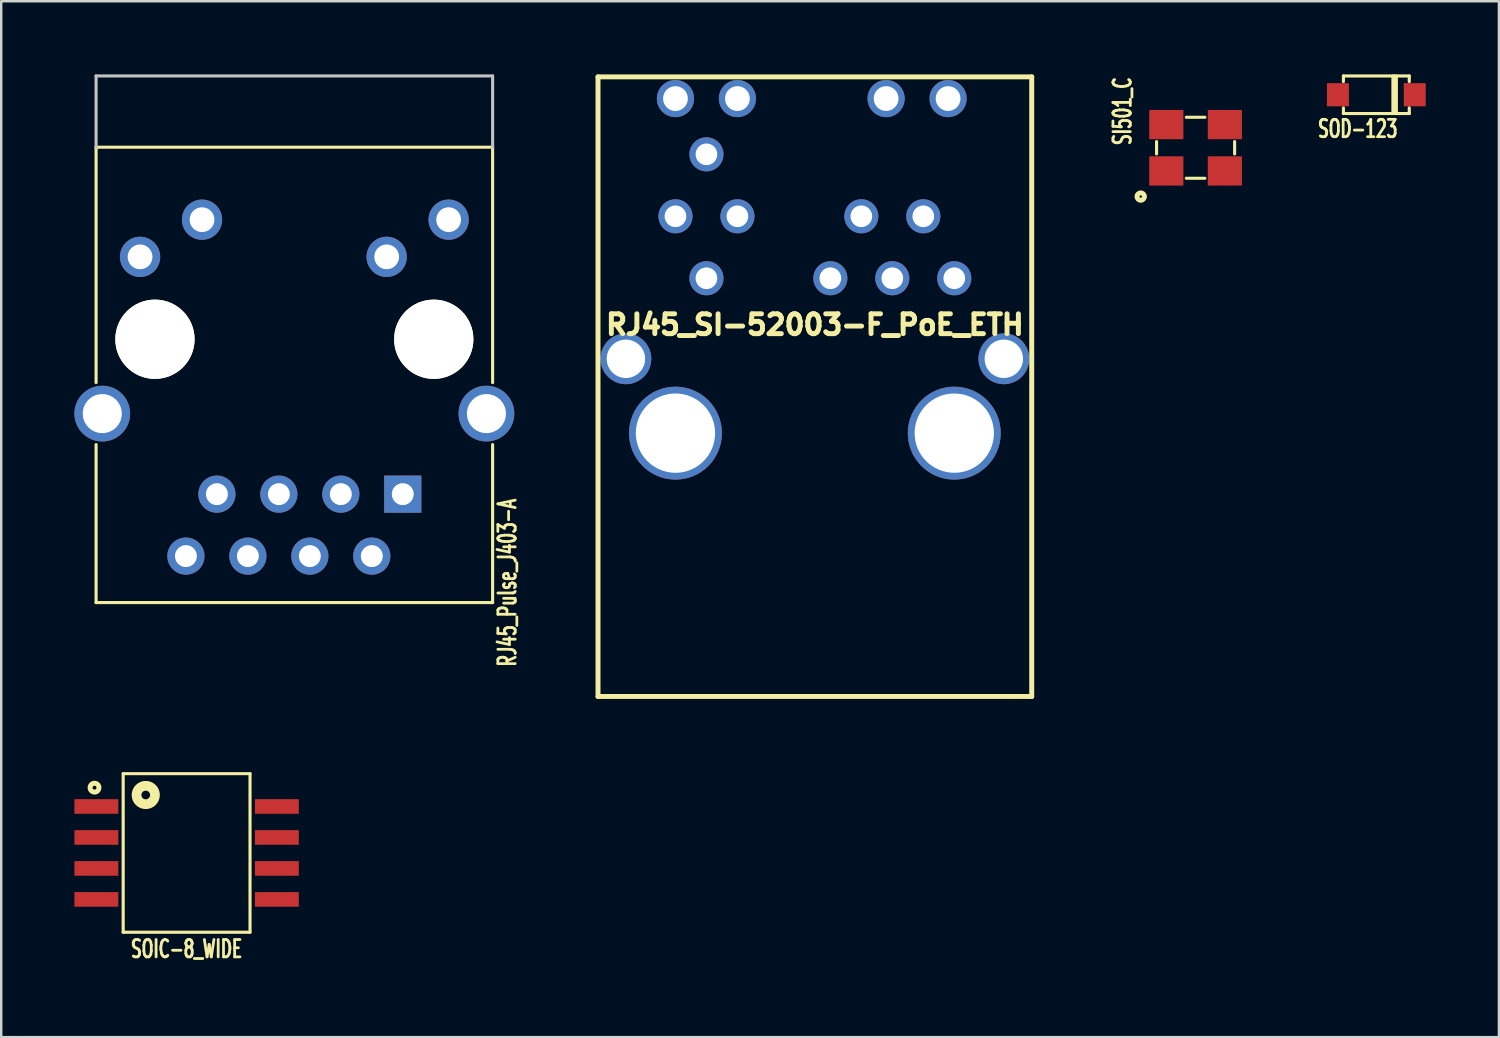
<source format=kicad_pcb>
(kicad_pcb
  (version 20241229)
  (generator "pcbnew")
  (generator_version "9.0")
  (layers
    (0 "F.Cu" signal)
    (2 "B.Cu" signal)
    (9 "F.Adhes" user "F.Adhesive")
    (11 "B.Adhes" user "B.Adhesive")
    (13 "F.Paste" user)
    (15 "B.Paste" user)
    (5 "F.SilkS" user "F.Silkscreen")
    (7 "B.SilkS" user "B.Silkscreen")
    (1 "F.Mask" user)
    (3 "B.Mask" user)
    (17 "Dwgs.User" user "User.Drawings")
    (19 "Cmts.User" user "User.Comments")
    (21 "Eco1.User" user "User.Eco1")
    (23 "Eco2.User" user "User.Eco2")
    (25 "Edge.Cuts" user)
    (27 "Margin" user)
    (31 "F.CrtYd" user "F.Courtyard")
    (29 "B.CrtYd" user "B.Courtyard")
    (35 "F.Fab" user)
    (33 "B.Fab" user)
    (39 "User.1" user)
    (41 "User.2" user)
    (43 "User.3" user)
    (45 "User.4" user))
  (footprint "SI501_C"
    (layer "F.Cu")
    (at 45.964 3.008)
    (property "Reference" "SI501_C" (at -3 -1.5 90) (layer "F.SilkS") (effects (font (size 0.711 0.457) (thickness 0.114))))
    (attr through_hole)
    (fp_line (start -1.6 -0.254) (end -1.6 0.254) (stroke (width 0.127) (type solid)) (layer "F.SilkS"))
    (fp_line (start -0.381 -1.25) (end 0.381 -1.25) (stroke (width 0.127) (type solid)) (layer "F.SilkS"))
    (fp_line (start -0.381 1.25) (end 0.381 1.25) (stroke (width 0.127) (type solid)) (layer "F.SilkS"))
    (fp_line (start 1.6 -0.254) (end 1.6 0.254) (stroke (width 0.127) (type solid)) (layer "F.SilkS"))
    (fp_circle (center -2.25 2) (end -2.25 2.05) (stroke (width 0.203) (type solid)) (fill no) (layer "F.SilkS"))
    (pad "1" smd rect (at -1.2 0.95) (size 1.4 1.2) (layers "F.Cu" "F.Mask" "F.Paste"))
    (pad "2" smd rect (at 1.2 0.95) (size 1.4 1.2) (layers "F.Cu" "F.Mask" "F.Paste"))
    (pad "3" smd rect (at 1.2 -0.95) (size 1.4 1.2) (layers "F.Cu" "F.Mask" "F.Paste"))
    (pad "4" smd rect (at -1.2 -0.95) (size 1.4 1.2) (layers "F.Cu" "F.Mask" "F.Paste")))
  (footprint "SOIC-8_WIDE"
    (layer "F.Cu")
    (at 4.6 31.917)
    (property "Reference" "SOIC-8_WIDE" (at 0 3.937 0) (layer "F.SilkS") (effects (font (size 0.711 0.457) (thickness 0.114))))
    (attr through_hole)
    (fp_line (start -2.6 -3.25) (end -2.6 3.25) (stroke (width 0.127) (type solid)) (layer "F.SilkS"))
    (fp_line (start -2.6 3.25) (end 2.6 3.25) (stroke (width 0.127) (type solid)) (layer "F.SilkS"))
    (fp_line (start 2.6 -3.25) (end -2.6 -3.25) (stroke (width 0.127) (type solid)) (layer "F.SilkS"))
    (fp_line (start 2.6 -3.25) (end 2.6 3.25) (stroke (width 0.127) (type solid)) (layer "F.SilkS"))
    (fp_circle (center -3.775 -2.676) (end -3.8 -2.6) (stroke (width 0.203) (type solid)) (fill no) (layer "F.SilkS"))
    (fp_circle (center -1.675 -2.376) (end -1.7 -2.2) (stroke (width 0.4) (type solid)) (fill no) (layer "F.SilkS"))
    (pad "1" smd rect (at -3.7 -1.905 270) (size 0.6 1.8) (layers "F.Cu" "F.Mask" "F.Paste"))
    (pad "2" smd rect (at -3.7 -0.635 270) (size 0.6 1.8) (layers "F.Cu" "F.Mask" "F.Paste"))
    (pad "3" smd rect (at -3.7 0.635 270) (size 0.6 1.8) (layers "F.Cu" "F.Mask" "F.Paste"))
    (pad "4" smd rect (at -3.7 1.905 270) (size 0.6 1.8) (layers "F.Cu" "F.Mask" "F.Paste"))
    (pad "5" smd rect (at 3.7 1.905 270) (size 0.6 1.8) (layers "F.Cu" "F.Mask" "F.Paste"))
    (pad "6" smd rect (at 3.7 0.635 270) (size 0.6 1.8) (layers "F.Cu" "F.Mask" "F.Paste"))
    (pad "7" smd rect (at 3.7 -0.635 270) (size 0.6 1.8) (layers "F.Cu" "F.Mask" "F.Paste"))
    (pad "8" smd rect (at 3.7 -1.905 270) (size 0.6 1.8) (layers "F.Cu" "F.Mask" "F.Paste")))
  (footprint "SOD-123"
    (layer "F.Cu")
    (at 53.374 0.834)
    (property "Reference" "SOD-123" (at -0.762 1.397 0) (layer "F.SilkS") (effects (font (size 0.711 0.457) (thickness 0.114))))
    (attr through_hole)
    (fp_line (start -1.35 -0.77) (end -1.35 -0.54) (stroke (width 0.127) (type solid)) (layer "F.SilkS"))
    (fp_line (start -1.35 -0.77) (end 1.35 -0.77) (stroke (width 0.127) (type solid)) (layer "F.SilkS"))
    (fp_line (start -1.35 0.77) (end -1.35 0.54) (stroke (width 0.127) (type solid)) (layer "F.SilkS"))
    (fp_line (start -1.35 0.77) (end 1.35 0.77) (stroke (width 0.127) (type solid)) (layer "F.SilkS"))
    (fp_line (start 0.68 0.77) (end 0.68 -0.77) (stroke (width 0.127) (type solid)) (layer "F.SilkS"))
    (fp_line (start 0.75 -0.77) (end 0.75 0.77) (stroke (width 0.127) (type solid)) (layer "F.SilkS"))
    (fp_line (start 0.82 -0.77) (end 0.82 0.77) (stroke (width 0.127) (type solid)) (layer "F.SilkS"))
    (fp_line (start 1.35 -0.77) (end 1.35 -0.54) (stroke (width 0.127) (type solid)) (layer "F.SilkS"))
    (fp_line (start 1.35 0.77) (end 1.35 0.54) (stroke (width 0.127) (type solid)) (layer "F.SilkS"))
    (pad "1" smd rect (at -1.575 0) (size 0.9 0.95) (layers "F.Cu" "F.Mask" "F.Paste"))
    (pad "2" smd rect (at 1.575 0) (size 0.9 0.95) (layers "F.Cu" "F.Mask" "F.Paste")))
  (footprint "RJ45_SI-52003-F_PoE_ETH"
    (layer "F.Cu")
    (at 30.356 14.707)
    (property "Reference" "RJ45_SI-52003-F_PoE_ETH" (at 0 -4.445 0) (layer "F.SilkS") (effects (font (size 0.813 0.813) (thickness 0.203))))
    (attr through_hole)
    (fp_line (start -8.89 10.795) (end -8.89 -14.605) (stroke (width 0.203) (type solid)) (layer "F.SilkS"))
    (fp_line (start 8.89 -14.605) (end -8.89 -14.605) (stroke (width 0.203) (type solid)) (layer "F.SilkS"))
    (fp_line (start 8.89 10.795) (end -8.89 10.795) (stroke (width 0.203) (type solid)) (layer "F.SilkS"))
    (fp_line (start 8.89 10.795) (end 8.89 -14.605) (stroke (width 0.203) (type solid)) (layer "F.SilkS"))
    (pad "1" thru_hole circle (at 5.715 -6.35) (size 1.397 1.397) (drill 0.889) (layers "*.Cu" "*.Mask"))
    (pad "2" thru_hole circle (at 4.445 -8.89) (size 1.397 1.397) (drill 0.889) (layers "*.Cu" "*.Mask"))
    (pad "3" thru_hole circle (at 3.175 -6.35) (size 1.397 1.397) (drill 0.889) (layers "*.Cu" "*.Mask"))
    (pad "4" thru_hole circle (at 1.905 -8.89) (size 1.397 1.397) (drill 0.889) (layers "*.Cu" "*.Mask"))
    (pad "5" thru_hole circle (at 0.635 -6.35) (size 1.397 1.397) (drill 0.889) (layers "*.Cu" "*.Mask"))
    (pad "6" thru_hole circle (at -7.747 -3.048) (size 2.083 2.083) (drill 1.575) (layers "*.Cu" "*.Mask"))
    (pad "7" thru_hole circle (at 7.747 -3.048) (size 2.083 2.083) (drill 1.575) (layers "*.Cu" "*.Mask"))
    (pad "8" thru_hole circle (at -3.175 -8.89) (size 1.397 1.397) (drill 0.889) (layers "*.Cu" "*.Mask"))
    (pad "9" thru_hole circle (at -4.445 -6.35) (size 1.397 1.397) (drill 0.889) (layers "*.Cu" "*.Mask"))
    (pad "10" thru_hole circle (at -5.715 -8.89) (size 1.397 1.397) (drill 0.889) (layers "*.Cu" "*.Mask"))
    (pad "11" thru_hole circle (at -4.445 -11.43) (size 1.397 1.397) (drill 0.889) (layers "*.Cu" "*.Mask"))
    (pad "12" thru_hole circle (at -5.715 -13.716) (size 1.524 1.524) (drill 1.016) (layers "*.Cu" "*.Mask"))
    (pad "13" thru_hole circle (at -3.175 -13.716) (size 1.524 1.524) (drill 1.016) (layers "*.Cu" "*.Mask"))
    (pad "14" thru_hole circle (at 2.921 -13.716) (size 1.524 1.524) (drill 1.016) (layers "*.Cu" "*.Mask"))
    (pad "15" thru_hole circle (at 5.461 -13.716) (size 1.524 1.524) (drill 1.016) (layers "*.Cu" "*.Mask"))
    (pad "16" thru_hole circle (at -5.715 0) (size 3.81 3.81) (drill 3.251) (layers "*.Cu" "*.Mask"))
    (pad "17" thru_hole circle (at 5.715 0) (size 3.81 3.81) (drill 3.251) (layers "*.Cu" "*.Mask")))
  (footprint "RJ45_Pulse_J403-A"
    (layer "F.Cu")
    (at 9.017 10.858)
    (property "Reference" "RJ45_Pulse_J403-A" (at 8.731 9.979 90) (layer "F.SilkS") (effects (font (size 0.711 0.457) (thickness 0.114))))
    (attr through_hole)
    (fp_line (start -8.128 -7.874) (end 8.128 -7.874) (stroke (width 0.127) (type solid)) (layer "F.SilkS"))
    (fp_line (start -8.128 1.778) (end -8.128 -7.874) (stroke (width 0.127) (type solid)) (layer "F.SilkS"))
    (fp_line (start -8.128 10.795) (end -8.128 4.318) (stroke (width 0.127) (type solid)) (layer "F.SilkS"))
    (fp_line (start 8.128 -7.874) (end 8.128 1.778) (stroke (width 0.127) (type solid)) (layer "F.SilkS"))
    (fp_line (start 8.128 4.318) (end 8.128 10.795) (stroke (width 0.127) (type solid)) (layer "F.SilkS"))
    (fp_line (start 8.128 10.795) (end -8.128 10.795) (stroke (width 0.127) (type solid)) (layer "F.SilkS"))
    (fp_line (start -8.128 -10.795) (end 8.128 -10.795) (stroke (width 0.127) (type solid)) (layer "Dwgs.User"))
    (fp_line (start -8.128 -7.874) (end -8.128 -10.795) (stroke (width 0.127) (type solid)) (layer "Dwgs.User"))
    (fp_line (start 8.128 -10.795) (end 8.128 -7.874) (stroke (width 0.127) (type solid)) (layer "Dwgs.User"))
    (pad "" np_thru_hole circle (at -5.715 0 180) (size 3.25 3.25) (drill 3.25) (layers "*.Cu" "*.Mask" "F.SilkS"))
    (pad "" np_thru_hole circle (at 5.715 0 180) (size 3.25 3.25) (drill 3.25) (layers "*.Cu" "*.Mask" "F.SilkS"))
    (pad "1" thru_hole rect (at 4.445 6.35) (size 1.524 1.524) (drill 0.899) (layers "*.Cu" "*.Mask"))
    (pad "2" thru_hole circle (at 3.175 8.89) (size 1.524 1.524) (drill 0.899) (layers "*.Cu" "*.Mask"))
    (pad "3" thru_hole circle (at 1.905 6.35) (size 1.524 1.524) (drill 0.899) (layers "*.Cu" "*.Mask"))
    (pad "4" thru_hole circle (at 0.635 8.89) (size 1.524 1.524) (drill 0.899) (layers "*.Cu" "*.Mask"))
    (pad "5" thru_hole circle (at -0.635 6.35) (size 1.524 1.524) (drill 0.899) (layers "*.Cu" "*.Mask"))
    (pad "6" thru_hole circle (at -1.905 8.89) (size 1.524 1.524) (drill 0.899) (layers "*.Cu" "*.Mask"))
    (pad "7" thru_hole circle (at -3.175 6.35) (size 1.524 1.524) (drill 0.899) (layers "*.Cu" "*.Mask"))
    (pad "8" thru_hole circle (at -4.445 8.89) (size 1.524 1.524) (drill 0.899) (layers "*.Cu" "*.Mask"))
    (pad "9" thru_hole circle (at 6.325 -4.902 180) (size 1.651 1.651) (drill 1.016) (layers "*.Cu" "*.Mask"))
    (pad "10" thru_hole circle (at 3.785 -3.378 180) (size 1.651 1.651) (drill 1.016) (layers "*.Cu" "*.Mask"))
    (pad "11" thru_hole circle (at -3.785 -4.902 180) (size 1.651 1.651) (drill 1.016) (layers "*.Cu" "*.Mask"))
    (pad "12" thru_hole circle (at -6.325 -3.378 180) (size 1.651 1.651) (drill 1.016) (layers "*.Cu" "*.Mask"))
    (pad "13" thru_hole circle (at 7.874 3.048 180) (size 2.286 2.286) (drill 1.6) (layers "*.Cu" "*.Mask"))
    (pad "14" thru_hole circle (at -7.874 3.048 180) (size 2.286 2.286) (drill 1.6) (layers "*.Cu" "*.Mask")))
  (gr_rect
    (start -3 -3)
    (end 58.399 39.47)
    (stroke (width 0.1) (type default))
    (fill no)
    (layer "Edge.Cuts")))
</source>
